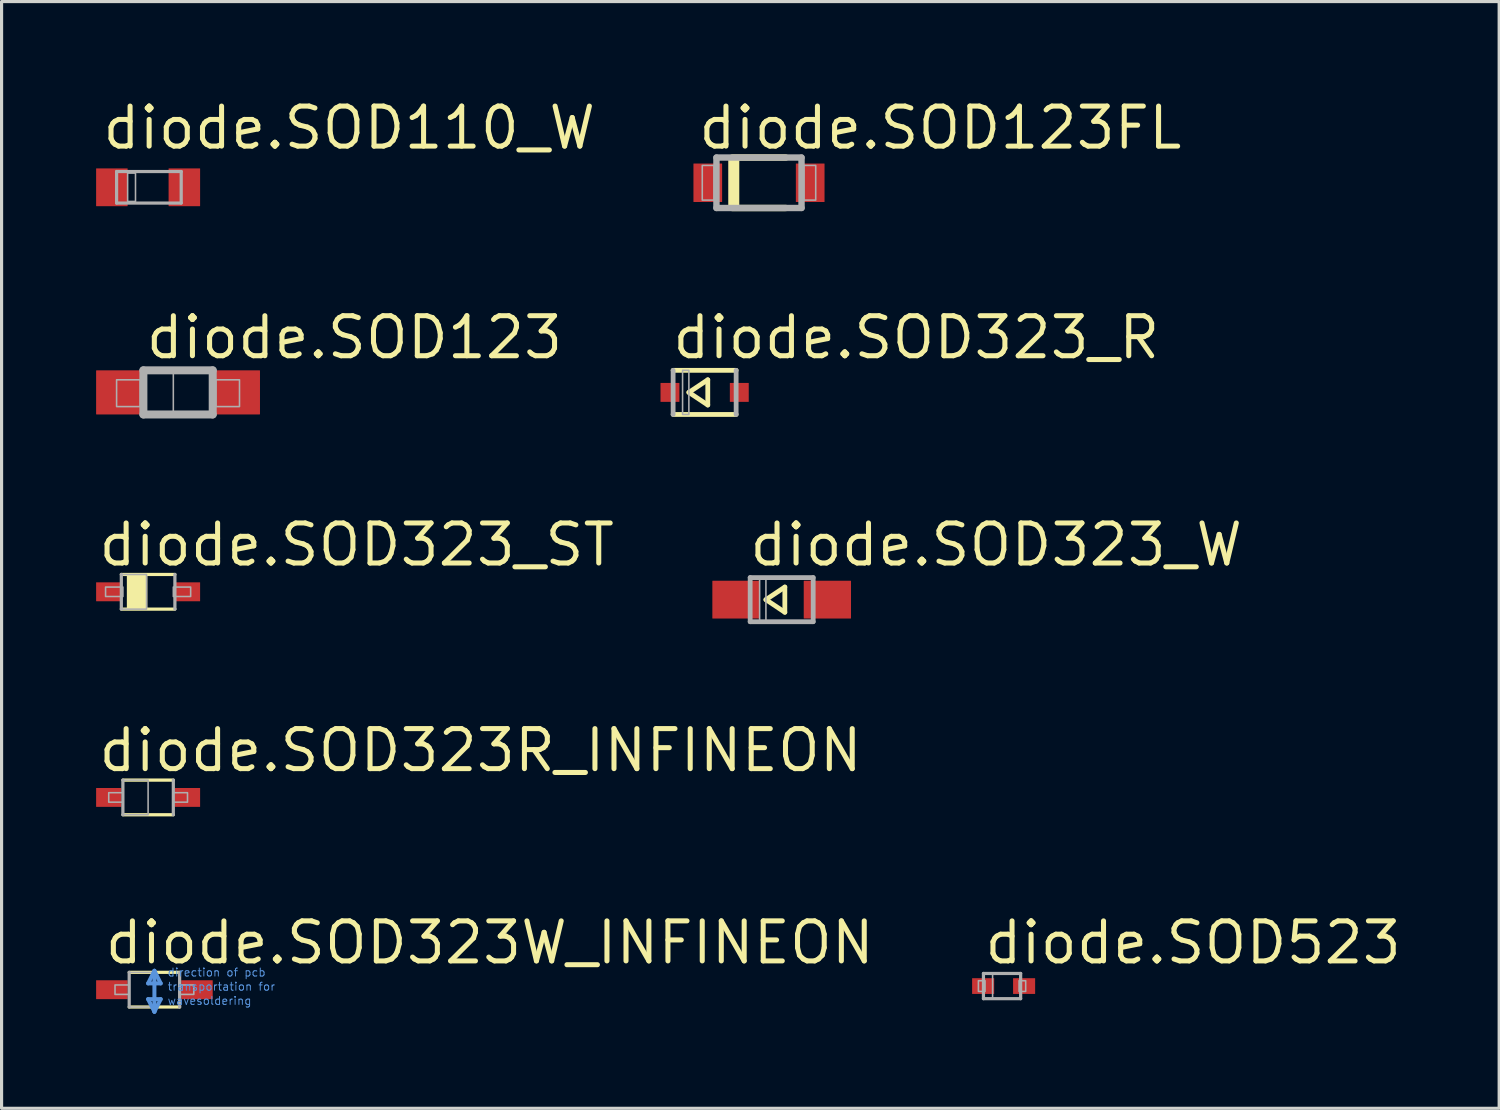
<source format=kicad_pcb>
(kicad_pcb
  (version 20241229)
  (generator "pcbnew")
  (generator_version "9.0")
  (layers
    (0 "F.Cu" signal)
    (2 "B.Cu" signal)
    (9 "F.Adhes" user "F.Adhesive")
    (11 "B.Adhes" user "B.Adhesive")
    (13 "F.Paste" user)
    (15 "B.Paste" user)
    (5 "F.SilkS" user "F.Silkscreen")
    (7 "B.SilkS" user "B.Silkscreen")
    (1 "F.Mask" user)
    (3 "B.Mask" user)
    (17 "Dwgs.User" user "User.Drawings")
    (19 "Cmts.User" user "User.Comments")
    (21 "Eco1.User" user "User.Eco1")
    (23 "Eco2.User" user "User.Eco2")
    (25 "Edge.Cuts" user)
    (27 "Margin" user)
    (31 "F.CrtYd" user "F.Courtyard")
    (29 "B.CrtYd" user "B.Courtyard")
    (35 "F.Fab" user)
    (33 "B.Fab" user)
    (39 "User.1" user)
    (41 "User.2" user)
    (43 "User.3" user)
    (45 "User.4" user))
  (footprint "diode.SOD110_W"
    (layer "F.Cu")
    (at 1.65 2.893)
    (property "Reference" "diode.SOD110_W" (at -1.524 -1.143 0) (layer "F.SilkS") (effects (font (size 1.27 1.27) (thickness 0.16)) (justify left bottom)))
    (attr smd)
    (fp_line (start -1 -0.5) (end 1.05 -0.5) (stroke (width 0.102) (type default)) (layer "F.Fab"))
    (fp_line (start -1 0.5) (end -1 -0.5) (stroke (width 0.102) (type default)) (layer "F.Fab"))
    (fp_line (start 1.05 -0.5) (end 1.05 0.5) (stroke (width 0.102) (type default)) (layer "F.Fab"))
    (fp_line (start 1.05 0.5) (end -1 0.5) (stroke (width 0.102) (type default)) (layer "F.Fab"))
    (fp_rect (start -0.65 0.45) (end -0.4 -0.45) (stroke (width 0.05) (type default)) (fill no) (layer "F.Fab"))
    (pad "A" smd roundrect (at 1.15 0) (size 1 1.2) (layers "F.Cu" "F.Mask" "F.Paste") (roundrect_rratio 0.01))
    (pad "C" smd roundrect (at -1.15 0) (size 1 1.2) (layers "F.Cu" "F.Mask" "F.Paste") (roundrect_rratio 0.01)))
  (footprint "diode.SOD123FL"
    (layer "F.Cu")
    (at 21.035 2.75)
    (property "Reference" "diode.SOD123FL" (at -2 -1 0) (layer "F.SilkS") (effects (font (size 1.27 1.27) (thickness 0.16)) (justify left bottom)))
    (attr smd)
    (fp_line (start -0.85 -0.8) (end 0.85 -0.8) (stroke (width 0.203) (type default)) (layer "F.SilkS"))
    (fp_line (start 0.85 0.8) (end -0.85 0.8) (stroke (width 0.203) (type default)) (layer "F.SilkS"))
    (fp_rect (start -0.95 0.775) (end -0.65 -0.8) (stroke (width 0.05) (type default)) (fill yes) (layer "F.SilkS"))
    (fp_line (start -1.35 -0.8) (end 1.35 -0.8) (stroke (width 0.203) (type default)) (layer "F.Fab"))
    (fp_line (start -1.35 0.8) (end -1.35 -0.8) (stroke (width 0.203) (type default)) (layer "F.Fab"))
    (fp_line (start 1.35 -0.8) (end 1.35 0.8) (stroke (width 0.203) (type default)) (layer "F.Fab"))
    (fp_line (start 1.35 0.8) (end -1.35 0.8) (stroke (width 0.203) (type default)) (layer "F.Fab"))
    (fp_rect (start -1.8 0.55) (end -1.425 -0.55) (stroke (width 0.05) (type default)) (fill no) (layer "F.Fab"))
    (fp_rect (start 1.425 0.55) (end 1.8 -0.55) (stroke (width 0.05) (type default)) (fill no) (layer "F.Fab"))
    (pad "A" smd roundrect (at 1.625 0) (size 0.91 1.22) (layers "F.Cu" "F.Mask" "F.Paste") (roundrect_rratio 0.01))
    (pad "C" smd roundrect (at -1.625 0 180) (size 0.91 1.22) (layers "F.Cu" "F.Mask" "F.Paste") (roundrect_rratio 0.01)))
  (footprint "diode.SOD523"
    (layer "F.Cu")
    (at 28.748 28.241)
    (property "Reference" "diode.SOD523" (at -0.635 -0.635 0) (layer "F.SilkS") (effects (font (size 1.27 1.27) (thickness 0.16)) (justify left bottom)))
    (attr smd)
    (fp_line (start -0.59 -0.4) (end 0.59 -0.4) (stroke (width 0.102) (type default)) (layer "F.Fab"))
    (fp_line (start -0.59 0.4) (end -0.59 -0.4) (stroke (width 0.102) (type default)) (layer "F.Fab"))
    (fp_line (start 0.59 -0.4) (end 0.59 0.4) (stroke (width 0.102) (type default)) (layer "F.Fab"))
    (fp_line (start 0.59 0.4) (end -0.59 0.4) (stroke (width 0.102) (type default)) (layer "F.Fab"))
    (fp_rect (start -0.75 0.17) (end -0.54 -0.17) (stroke (width 0.05) (type default)) (fill no) (layer "F.Fab"))
    (fp_rect (start -0.59 0.4) (end -0.3 -0.4) (stroke (width 0.05) (type default)) (fill no) (layer "F.Fab"))
    (fp_rect (start 0.54 0.17) (end 0.75 -0.17) (stroke (width 0.05) (type default)) (fill no) (layer "F.Fab"))
    (pad "A" smd roundrect (at 0.7 0) (size 0.7 0.5) (layers "F.Cu" "F.Mask" "F.Paste") (roundrect_rratio 0.01))
    (pad "C" smd roundrect (at -0.6 0) (size 0.7 0.5) (layers "F.Cu" "F.Mask" "F.Paste") (roundrect_rratio 0.01)))
  (footprint "diode.SOD123"
    (layer "F.Cu")
    (at 2.6 9.402)
    (property "Reference" "diode.SOD123" (at -1.1 -1 0) (layer "F.SilkS") (effects (font (size 1.27 1.27) (thickness 0.16)) (justify left bottom)))
    (attr smd)
    (fp_line (start -1.1 -0.7) (end 1.1 -0.7) (stroke (width 0.254) (type default)) (layer "F.Fab"))
    (fp_line (start -1.1 0.7) (end -1.1 -0.7) (stroke (width 0.254) (type default)) (layer "F.Fab"))
    (fp_line (start 1.1 -0.7) (end 1.1 0.7) (stroke (width 0.254) (type default)) (layer "F.Fab"))
    (fp_line (start 1.1 0.7) (end -1.1 0.7) (stroke (width 0.254) (type default)) (layer "F.Fab"))
    (fp_rect (start -1.95 0.45) (end -1.2 -0.4) (stroke (width 0.05) (type default)) (fill no) (layer "F.Fab"))
    (fp_rect (start -1.05 0.65) (end -0.15 -0.7) (stroke (width 0.05) (type default)) (fill no) (layer "F.Fab"))
    (fp_rect (start 1.2 0.45) (end 1.95 -0.4) (stroke (width 0.05) (type default)) (fill no) (layer "F.Fab"))
    (pad "A" smd roundrect (at 1.9 0) (size 1.4 1.4) (layers "F.Cu" "F.Mask" "F.Paste") (roundrect_rratio 0.01))
    (pad "C" smd roundrect (at -1.9 0) (size 1.4 1.4) (layers "F.Cu" "F.Mask" "F.Paste") (roundrect_rratio 0.01)))
  (footprint "diode.SOD323R_INFINEON"
    (layer "F.Cu")
    (at 1.65 22.255)
    (property "Reference" "diode.SOD323R_INFINEON" (at -1.65 -0.75 0) (layer "F.SilkS") (effects (font (size 1.27 1.27) (thickness 0.16)) (justify left bottom)))
    (attr smd)
    (fp_line (start -0.8 -0.55) (end 0.8 -0.55) (stroke (width 0.102) (type default)) (layer "F.SilkS"))
    (fp_line (start 0.8 0.55) (end -0.8 0.55) (stroke (width 0.102) (type default)) (layer "F.SilkS"))
    (fp_line (start -0.8 0.55) (end -0.8 -0.55) (stroke (width 0.102) (type default)) (layer "F.Fab"))
    (fp_line (start 0.8 -0.55) (end 0.8 0.55) (stroke (width 0.102) (type default)) (layer "F.Fab"))
    (fp_rect (start -1.25 0.15) (end -0.8 -0.15) (stroke (width 0.05) (type default)) (fill no) (layer "F.Fab"))
    (fp_rect (start -0.8 0.55) (end 0 -0.55) (stroke (width 0.05) (type default)) (fill no) (layer "F.Fab"))
    (fp_rect (start 0.8 0.15) (end 1.25 -0.15) (stroke (width 0.05) (type default)) (fill no) (layer "F.Fab"))
    (pad "A" smd roundrect (at 1.25 0) (size 0.8 0.6) (layers "F.Cu" "F.Mask" "F.Paste") (roundrect_rratio 0.01))
    (pad "C" smd roundrect (at -1.25 0) (size 0.8 0.6) (layers "F.Cu" "F.Mask" "F.Paste") (roundrect_rratio 0.01)))
  (footprint "diode.SOD323W_INFINEON"
    (layer "F.Cu")
    (at 1.85 28.356)
    (property "Reference" "diode.SOD323W_INFINEON" (at -1.65 -0.75 0) (layer "F.SilkS") (effects (font (size 1.27 1.27) (thickness 0.16)) (justify left bottom)))
    (attr smd)
    (fp_line (start -0.8 -0.55) (end 0.8 -0.55) (stroke (width 0.102) (type default)) (layer "F.SilkS"))
    (fp_line (start 0.8 0.55) (end -0.8 0.55) (stroke (width 0.102) (type default)) (layer "F.SilkS"))
    (fp_line (start -0.2 -0.2) (end 0.2 -0.2) (stroke (width 0.127) (type default)) (layer "Cmts.User"))
    (fp_line (start -0.2 0.3) (end 0 0.7) (stroke (width 0.127) (type default)) (layer "Cmts.User"))
    (fp_line (start 0 -0.6) (end -0.2 -0.2) (stroke (width 0.127) (type default)) (layer "Cmts.User"))
    (fp_line (start 0 0.7) (end 0 -0.6) (stroke (width 0.127) (type default)) (layer "Cmts.User"))
    (fp_line (start 0 0.7) (end 0.2 0.3) (stroke (width 0.127) (type default)) (layer "Cmts.User"))
    (fp_line (start 0.2 -0.2) (end 0 -0.6) (stroke (width 0.127) (type default)) (layer "Cmts.User"))
    (fp_line (start 0.2 0.3) (end -0.2 0.3) (stroke (width 0.127) (type default)) (layer "Cmts.User"))
    (fp_line (start -0.8 0.55) (end -0.8 -0.55) (stroke (width 0.102) (type default)) (layer "F.Fab"))
    (fp_line (start 0.8 -0.55) (end 0.8 0.55) (stroke (width 0.102) (type default)) (layer "F.Fab"))
    (fp_rect (start -1.25 0.15) (end -0.8 -0.15) (stroke (width 0.05) (type default)) (fill no) (layer "F.Fab"))
    (fp_rect (start -0.8 0.55) (end 0 -0.55) (stroke (width 0.05) (type default)) (fill no) (layer "F.Fab"))
    (fp_rect (start 0.8 0.15) (end 1.25 -0.15) (stroke (width 0.05) (type default)) (fill no) (layer "F.Fab"))
    (fp_text user "wavesoldering" (at 0.4 0.5 0) (layer "Cmts.User") (effects (font (size 0.254 0.254) (thickness 0.03)) (justify left bottom)))
    (fp_text user "transportation for" (at 0.4 0.05 0) (layer "Cmts.User") (effects (font (size 0.254 0.254) (thickness 0.03)) (justify left bottom)))
    (fp_text user "direction of pcb" (at 0.4 -0.4 0) (layer "Cmts.User") (effects (font (size 0.254 0.254) (thickness 0.03)) (justify left bottom)))
    (pad "A" smd roundrect (at 1.35 0) (size 1 0.6) (layers "F.Cu" "F.Mask" "F.Paste") (roundrect_rratio 0.01))
    (pad "C" smd roundrect (at -1.35 0) (size 1 0.6) (layers "F.Cu" "F.Mask" "F.Paste") (roundrect_rratio 0.01)))
  (footprint "diode.SOD323_R"
    (layer "F.Cu")
    (at 19.31 9.402)
    (property "Reference" "diode.SOD323_R" (at -1.1 -1 0) (layer "F.SilkS") (effects (font (size 1.27 1.27) (thickness 0.16)) (justify left bottom)))
    (attr smd)
    (fp_line (start -1 -0.7) (end 1 -0.7) (stroke (width 0.152) (type default)) (layer "F.SilkS"))
    (fp_line (start -0.5 0) (end 0.1 -0.4) (stroke (width 0.152) (type default)) (layer "F.SilkS"))
    (fp_line (start 0.1 -0.4) (end 0.1 0.4) (stroke (width 0.152) (type default)) (layer "F.SilkS"))
    (fp_line (start 0.1 0.4) (end -0.5 0) (stroke (width 0.152) (type default)) (layer "F.SilkS"))
    (fp_line (start 1 0.7) (end -1 0.7) (stroke (width 0.152) (type default)) (layer "F.SilkS"))
    (fp_line (start -1 0.7) (end -1 -0.7) (stroke (width 0.152) (type default)) (layer "F.Fab"))
    (fp_line (start 1 -0.7) (end 1 0.7) (stroke (width 0.152) (type default)) (layer "F.Fab"))
    (fp_rect (start -0.7 0.7) (end -0.5 -0.7) (stroke (width 0.05) (type default)) (fill no) (layer "F.Fab"))
    (pad "A" smd roundrect (at 1.1 0) (size 0.6 0.6) (layers "F.Cu" "F.Mask" "F.Paste") (roundrect_rratio 0.01))
    (pad "C" smd roundrect (at -1.1 0) (size 0.6 0.6) (layers "F.Cu" "F.Mask" "F.Paste") (roundrect_rratio 0.01)))
  (footprint "diode.SOD323_ST"
    (layer "F.Cu")
    (at 1.65 15.729)
    (property "Reference" "diode.SOD323_ST" (at -1.65 -0.75 0) (layer "F.SilkS") (effects (font (size 1.27 1.27) (thickness 0.16)) (justify left bottom)))
    (attr smd)
    (fp_line (start -0.85 -0.55) (end 0.85 -0.55) (stroke (width 0.102) (type default)) (layer "F.SilkS"))
    (fp_line (start 0.85 0.55) (end -0.85 0.55) (stroke (width 0.102) (type default)) (layer "F.SilkS"))
    (fp_rect (start -0.65 0.55) (end -0.05 -0.55) (stroke (width 0.05) (type default)) (fill yes) (layer "F.SilkS"))
    (fp_line (start -0.85 0.55) (end -0.85 -0.55) (stroke (width 0.102) (type default)) (layer "F.Fab"))
    (fp_line (start 0.85 -0.55) (end 0.85 0.55) (stroke (width 0.102) (type default)) (layer "F.Fab"))
    (fp_rect (start -1.35 0.15) (end -0.8 -0.15) (stroke (width 0.05) (type default)) (fill no) (layer "F.Fab"))
    (fp_rect (start -0.85 0.55) (end -0.05 -0.55) (stroke (width 0.05) (type default)) (fill no) (layer "F.Fab"))
    (fp_rect (start 0.8 0.15) (end 1.35 -0.15) (stroke (width 0.05) (type default)) (fill no) (layer "F.Fab"))
    (pad "A" smd roundrect (at 1.25 0) (size 0.8 0.6) (layers "F.Cu" "F.Mask" "F.Paste") (roundrect_rratio 0.01))
    (pad "C" smd roundrect (at -1.25 0) (size 0.8 0.6) (layers "F.Cu" "F.Mask" "F.Paste") (roundrect_rratio 0.01)))
  (footprint "diode.SOD323_W"
    (layer "F.Cu")
    (at 21.755 15.979)
    (property "Reference" "diode.SOD323_W" (at -1.1 -1 0) (layer "F.SilkS") (effects (font (size 1.27 1.27) (thickness 0.16)) (justify left bottom)))
    (attr smd)
    (fp_line (start -0.5 0) (end 0.1 -0.4) (stroke (width 0.152) (type default)) (layer "F.SilkS"))
    (fp_line (start 0.1 -0.4) (end 0.1 0.4) (stroke (width 0.152) (type default)) (layer "F.SilkS"))
    (fp_line (start 0.1 0.4) (end -0.5 0) (stroke (width 0.152) (type default)) (layer "F.SilkS"))
    (fp_line (start -1 -0.7) (end 1 -0.7) (stroke (width 0.152) (type default)) (layer "F.Fab"))
    (fp_line (start -1 0.7) (end -1 -0.7) (stroke (width 0.152) (type default)) (layer "F.Fab"))
    (fp_line (start 1 -0.7) (end 1 0.7) (stroke (width 0.152) (type default)) (layer "F.Fab"))
    (fp_line (start 1 0.7) (end -1 0.7) (stroke (width 0.152) (type default)) (layer "F.Fab"))
    (fp_rect (start -0.7 0.7) (end -0.5 -0.7) (stroke (width 0.05) (type default)) (fill no) (layer "F.Fab"))
    (pad "A" smd roundrect (at 1.45 0) (size 1.5 1.2) (layers "F.Cu" "F.Mask" "F.Paste") (roundrect_rratio 0.01))
    (pad "C" smd roundrect (at -1.45 0) (size 1.5 1.2) (layers "F.Cu" "F.Mask" "F.Paste") (roundrect_rratio 0.01)))
  (gr_rect
    (start -3 -3)
    (end 44.523 32.119)
    (stroke (width 0.1) (type default))
    (fill no)
    (layer "Edge.Cuts")))
</source>
